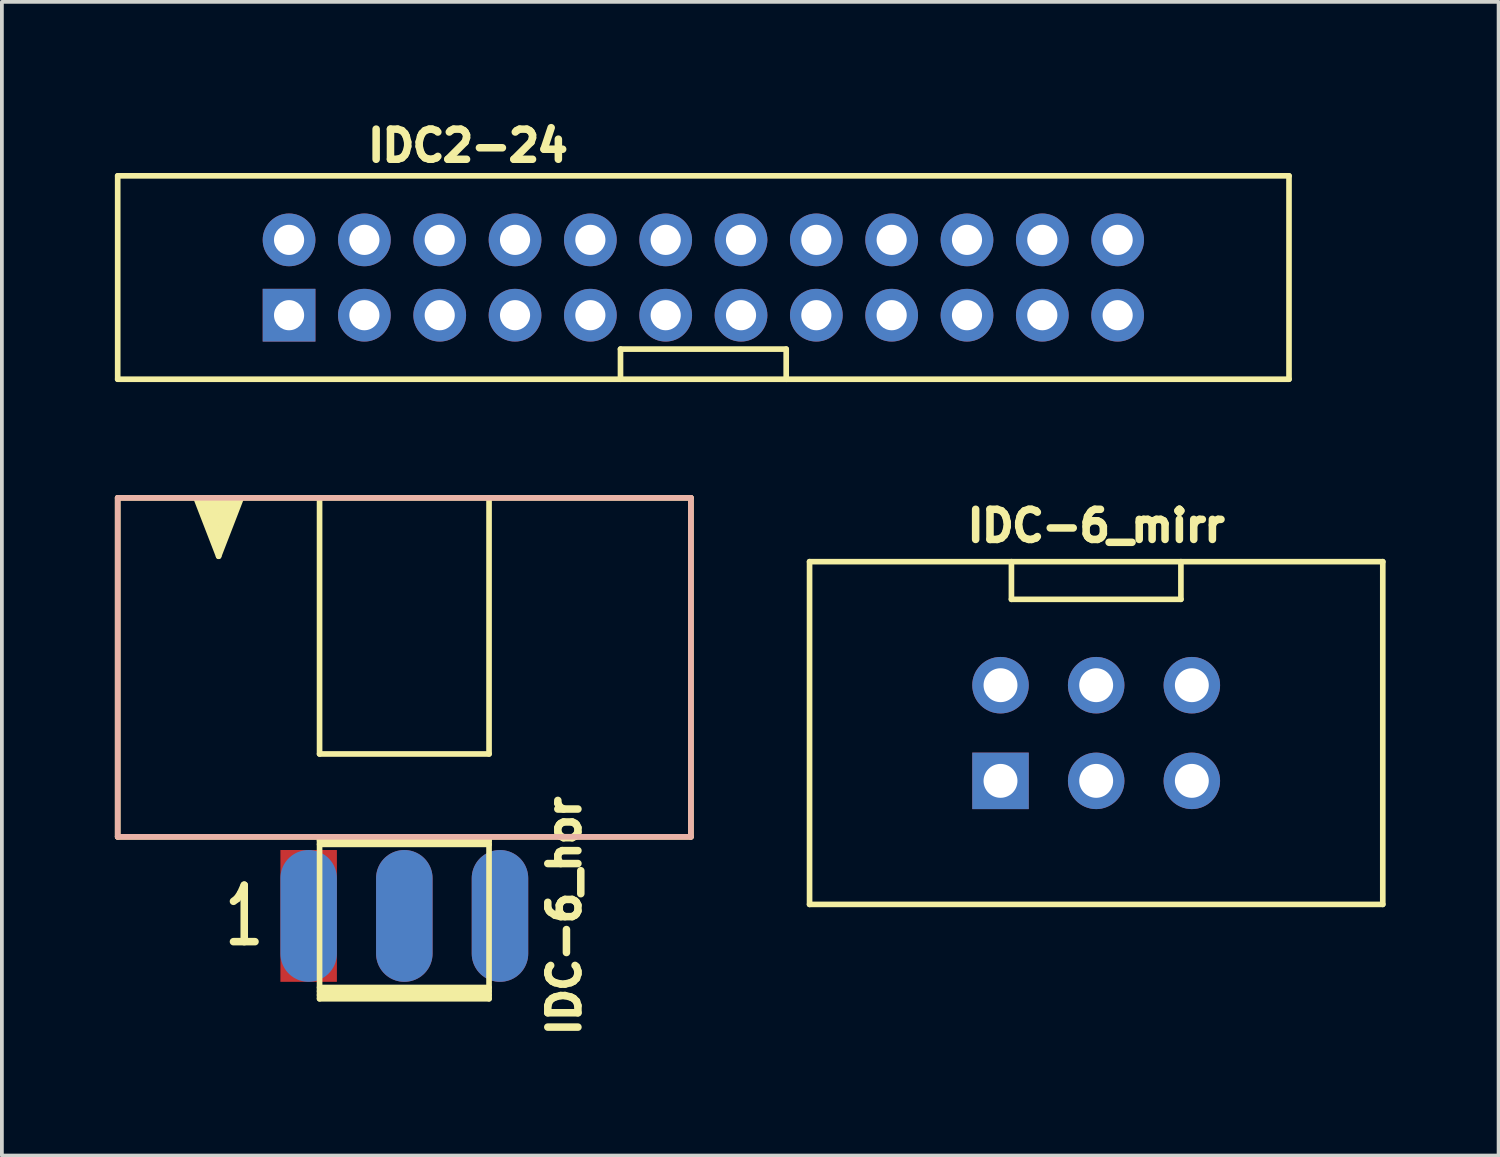
<source format=kicad_pcb>
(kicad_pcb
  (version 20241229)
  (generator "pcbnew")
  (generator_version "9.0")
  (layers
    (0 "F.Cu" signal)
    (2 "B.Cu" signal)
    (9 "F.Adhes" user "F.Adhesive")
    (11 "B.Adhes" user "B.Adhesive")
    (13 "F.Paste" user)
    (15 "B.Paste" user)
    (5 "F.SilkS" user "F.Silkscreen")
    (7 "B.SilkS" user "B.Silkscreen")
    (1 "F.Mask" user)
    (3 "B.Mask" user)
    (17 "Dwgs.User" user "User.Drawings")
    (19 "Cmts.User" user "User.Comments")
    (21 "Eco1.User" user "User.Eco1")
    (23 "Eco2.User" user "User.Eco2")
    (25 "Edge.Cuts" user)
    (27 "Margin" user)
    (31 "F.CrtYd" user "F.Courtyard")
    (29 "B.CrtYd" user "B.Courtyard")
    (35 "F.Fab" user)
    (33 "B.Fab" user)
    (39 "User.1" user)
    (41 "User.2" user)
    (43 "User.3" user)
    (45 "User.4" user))
  (footprint "IDC-6_mirr"
    (layer "F.Cu")
    (at 26.055 16.413)
    (property "Reference" "IDC-6_mirr" (at 0 -5.5 0) (layer "F.SilkS") (effects (font (size 0.8 0.8) (thickness 0.2))))
    (attr through_hole)
    (fp_line (start -7.61 4.55) (end -7.61 -4.55) (stroke (width 0.15) (type solid)) (layer "F.SilkS"))
    (fp_line (start -2.25 -3.55) (end -2.25 -4.55) (stroke (width 0.15) (type solid)) (layer "F.SilkS"))
    (fp_line (start 2.25 -3.55) (end -2.25 -3.55) (stroke (width 0.15) (type solid)) (layer "F.SilkS"))
    (fp_line (start 2.25 -3.55) (end 2.25 -4.55) (stroke (width 0.15) (type solid)) (layer "F.SilkS"))
    (fp_line (start 7.61 -4.55) (end -7.61 -4.55) (stroke (width 0.15) (type solid)) (layer "F.SilkS"))
    (fp_line (start 7.61 4.55) (end -7.61 4.55) (stroke (width 0.15) (type solid)) (layer "F.SilkS"))
    (fp_line (start 7.61 4.55) (end 7.61 -4.55) (stroke (width 0.15) (type solid)) (layer "F.SilkS"))
    (pad "1" thru_hole rect (at -2.54 1.27) (size 1.5 1.5) (drill 0.9) (layers "*.Cu" "*.Mask"))
    (pad "2" thru_hole circle (at -2.54 -1.27) (size 1.5 1.5) (drill 0.9) (layers "*.Cu" "*.Mask"))
    (pad "3" thru_hole circle (at 0 1.27) (size 1.5 1.5) (drill 0.9) (layers "*.Cu" "*.Mask"))
    (pad "4" thru_hole circle (at 0 -1.27) (size 1.5 1.5) (drill 0.9) (layers "*.Cu" "*.Mask"))
    (pad "5" thru_hole circle (at 2.54 1.27) (size 1.5 1.5) (drill 0.9) (layers "*.Cu" "*.Mask"))
    (pad "6" thru_hole circle (at 2.54 -1.27) (size 1.5 1.5) (drill 0.9) (layers "*.Cu" "*.Mask")))
  (footprint "IDC2-24"
    (layer "F.Cu")
    (at 15.625 4.319)
    (property "Reference" "IDC2-24" (at -6.25 -3.5 0) (layer "F.SilkS") (effects (font (size 0.8 0.8) (thickness 0.2))))
    (attr through_hole)
    (fp_line (start -15.55 2.7) (end -15.55 -2.7) (stroke (width 0.15) (type solid)) (layer "F.SilkS"))
    (fp_line (start -15.55 2.7) (end -2.2 2.7) (stroke (width 0.15) (type solid)) (layer "F.SilkS"))
    (fp_line (start -2.2 1.9) (end -2.2 2.7) (stroke (width 0.15) (type solid)) (layer "F.SilkS"))
    (fp_line (start 2.2 1.9) (end -2.2 1.9) (stroke (width 0.15) (type solid)) (layer "F.SilkS"))
    (fp_line (start 2.2 1.9) (end 2.2 2.7) (stroke (width 0.15) (type solid)) (layer "F.SilkS"))
    (fp_line (start 2.2 2.7) (end -2.2 2.7) (stroke (width 0.15) (type solid)) (layer "F.SilkS"))
    (fp_line (start 15.55 -2.7) (end -15.55 -2.7) (stroke (width 0.15) (type solid)) (layer "F.SilkS"))
    (fp_line (start 15.55 2.7) (end 2.2 2.7) (stroke (width 0.15) (type solid)) (layer "F.SilkS"))
    (fp_line (start 15.55 2.7) (end 15.55 -2.7) (stroke (width 0.15) (type solid)) (layer "F.SilkS"))
    (pad "1" thru_hole rect (at -11 1) (size 1.4 1.4) (drill 0.8) (layers "*.Cu" "*.Mask"))
    (pad "2" thru_hole circle (at -11 -1) (size 1.4 1.4) (drill 0.8) (layers "*.Cu" "*.Mask"))
    (pad "3" thru_hole circle (at -9 1) (size 1.4 1.4) (drill 0.8) (layers "*.Cu" "*.Mask"))
    (pad "4" thru_hole circle (at -9 -1) (size 1.4 1.4) (drill 0.8) (layers "*.Cu" "*.Mask"))
    (pad "5" thru_hole circle (at -7 1) (size 1.4 1.4) (drill 0.8) (layers "*.Cu" "*.Mask"))
    (pad "6" thru_hole circle (at -7 -1) (size 1.4 1.4) (drill 0.8) (layers "*.Cu" "*.Mask"))
    (pad "7" thru_hole circle (at -5 1) (size 1.4 1.4) (drill 0.8) (layers "*.Cu" "*.Mask"))
    (pad "8" thru_hole circle (at -5 -1) (size 1.4 1.4) (drill 0.8) (layers "*.Cu" "*.Mask"))
    (pad "9" thru_hole circle (at -3 1) (size 1.4 1.4) (drill 0.8) (layers "*.Cu" "*.Mask"))
    (pad "10" thru_hole circle (at -3 -1) (size 1.4 1.4) (drill 0.8) (layers "*.Cu" "*.Mask"))
    (pad "11" thru_hole circle (at -1 1) (size 1.4 1.4) (drill 0.8) (layers "*.Cu" "*.Mask"))
    (pad "12" thru_hole circle (at -1 -1) (size 1.4 1.4) (drill 0.8) (layers "*.Cu" "*.Mask"))
    (pad "13" thru_hole circle (at 1 1) (size 1.4 1.4) (drill 0.8) (layers "*.Cu" "*.Mask"))
    (pad "14" thru_hole circle (at 1 -1) (size 1.4 1.4) (drill 0.8) (layers "*.Cu" "*.Mask"))
    (pad "15" thru_hole circle (at 3 1) (size 1.4 1.4) (drill 0.8) (layers "*.Cu" "*.Mask"))
    (pad "16" thru_hole circle (at 3 -1) (size 1.4 1.4) (drill 0.8) (layers "*.Cu" "*.Mask"))
    (pad "17" thru_hole circle (at 5 1) (size 1.4 1.4) (drill 0.8) (layers "*.Cu" "*.Mask"))
    (pad "18" thru_hole circle (at 5 -1) (size 1.4 1.4) (drill 0.8) (layers "*.Cu" "*.Mask"))
    (pad "19" thru_hole circle (at 7 1) (size 1.4 1.4) (drill 0.8) (layers "*.Cu" "*.Mask"))
    (pad "20" thru_hole circle (at 7 -1) (size 1.4 1.4) (drill 0.8) (layers "*.Cu" "*.Mask"))
    (pad "21" thru_hole circle (at 9 1) (size 1.4 1.4) (drill 0.8) (layers "*.Cu" "*.Mask"))
    (pad "22" thru_hole circle (at 9 -1) (size 1.4 1.4) (drill 0.8) (layers "*.Cu" "*.Mask"))
    (pad "23" thru_hole circle (at 11 1) (size 1.4 1.4) (drill 0.8) (layers "*.Cu" "*.Mask"))
    (pad "24" thru_hole circle (at 11 -1) (size 1.4 1.4) (drill 0.8) (layers "*.Cu" "*.Mask")))
  (footprint "IDC-6_hor"
    (layer "F.Cu")
    (at 7.685 21.269)
    (property "Reference" "IDC-6_hor" (at 4.25 0 270) (layer "F.SilkS") (effects (font (size 0.8 0.8) (thickness 0.2))))
    (attr through_hole)
    (fp_line (start -7.61 -11.1) (end -7.61 -2.1) (stroke (width 0.15) (type solid)) (layer "F.SilkS"))
    (fp_line (start -5.43 -11.1) (end -4.93 -9.75) (stroke (width 0.15) (type solid)) (layer "F.SilkS"))
    (fp_line (start -4.93 -11) (end -4.93 -11.1) (stroke (width 0.15) (type solid)) (layer "F.SilkS"))
    (fp_line (start -4.93 -10.75) (end -5.03 -11.1) (stroke (width 0.15) (type solid)) (layer "F.SilkS"))
    (fp_line (start -4.93 -10.45) (end -5.13 -11.1) (stroke (width 0.15) (type solid)) (layer "F.SilkS"))
    (fp_line (start -4.93 -10.15) (end -5.23 -11.1) (stroke (width 0.15) (type solid)) (layer "F.SilkS"))
    (fp_line (start -4.93 -9.95) (end -5.33 -11.1) (stroke (width 0.15) (type solid)) (layer "F.SilkS"))
    (fp_line (start -4.93 -9.75) (end -4.43 -11.1) (stroke (width 0.15) (type solid)) (layer "F.SilkS"))
    (fp_line (start -4.93 -9.55) (end -5.53 -11.1) (stroke (width 0.15) (type solid)) (layer "F.SilkS"))
    (fp_line (start -4.83 -11.1) (end -4.93 -10.75) (stroke (width 0.15) (type solid)) (layer "F.SilkS"))
    (fp_line (start -4.73 -11.1) (end -4.93 -10.45) (stroke (width 0.15) (type solid)) (layer "F.SilkS"))
    (fp_line (start -4.63 -11.1) (end -4.93 -10.15) (stroke (width 0.15) (type solid)) (layer "F.SilkS"))
    (fp_line (start -4.53 -11.1) (end -4.93 -9.95) (stroke (width 0.15) (type solid)) (layer "F.SilkS"))
    (fp_line (start -4.33 -11.1) (end -4.93 -9.55) (stroke (width 0.15) (type solid)) (layer "F.SilkS"))
    (fp_line (start -2.25 -11.1) (end -2.25 -4.3) (stroke (width 0.15) (type solid)) (layer "F.SilkS"))
    (fp_line (start -2.25 -4.3) (end 2.25 -4.3) (stroke (width 0.15) (type solid)) (layer "F.SilkS"))
    (fp_line (start -2.25 -2) (end 2.25 -2) (stroke (width 0.15) (type solid)) (layer "F.SilkS"))
    (fp_line (start -2.25 -1.9) (end 2.25 -1.9) (stroke (width 0.15) (type solid)) (layer "F.SilkS"))
    (fp_line (start -2.25 1.9) (end 2.25 1.9) (stroke (width 0.15) (type solid)) (layer "F.SilkS"))
    (fp_line (start -2.25 2) (end 2.25 2) (stroke (width 0.15) (type solid)) (layer "F.SilkS"))
    (fp_line (start -2.25 2.1) (end 2.25 2.1) (stroke (width 0.15) (type solid)) (layer "F.SilkS"))
    (fp_line (start -2.25 2.2) (end -2.25 -2.1) (stroke (width 0.15) (type default)) (layer "F.SilkS"))
    (fp_line (start -2.25 2.2) (end 2.25 2.2) (stroke (width 0.15) (type solid)) (layer "F.SilkS"))
    (fp_line (start 2.25 -11.1) (end 2.25 -4.3) (stroke (width 0.15) (type solid)) (layer "F.SilkS"))
    (fp_line (start 2.25 2.2) (end 2.25 -2.1) (stroke (width 0.15) (type default)) (layer "F.SilkS"))
    (fp_line (start 7.61 -11.1) (end -7.61 -11.1) (stroke (width 0.15) (type solid)) (layer "F.SilkS"))
    (fp_line (start 7.61 -11.1) (end 7.61 -2.1) (stroke (width 0.15) (type solid)) (layer "F.SilkS"))
    (fp_line (start 7.61 -2.1) (end -7.61 -2.1) (stroke (width 0.15) (type solid)) (layer "F.SilkS"))
    (fp_line (start -7.61 -11.1) (end -7.61 -2.1) (stroke (width 0.15) (type solid)) (layer "B.SilkS"))
    (fp_line (start -7.61 -2.1) (end 7.61 -2.1) (stroke (width 0.15) (type solid)) (layer "B.SilkS"))
    (fp_line (start 7.61 -11.1) (end -7.61 -11.1) (stroke (width 0.15) (type solid)) (layer "B.SilkS"))
    (fp_line (start 7.61 -2.1) (end 7.61 -11.1) (stroke (width 0.15) (type solid)) (layer "B.SilkS"))
    (fp_text user "1" (at -4.25 0 0) (layer "F.SilkS") (effects (font (size 1.5 1) (thickness 0.2))))
    (pad "1" smd rect (at -2.54 0) (size 1.5 3.5) (layers "F.Cu" "F.Mask" "F.Paste"))
    (pad "2" smd oval (at -2.54 0) (size 1.5 3.5) (layers "B.Cu" "B.Mask" "B.Paste"))
    (pad "3" smd oval (at 0 0) (size 1.5 3.5) (layers "F.Cu" "F.Mask" "F.Paste"))
    (pad "4" smd oval (at 0 0) (size 1.5 3.5) (layers "B.Cu" "B.Mask" "B.Paste"))
    (pad "5" smd oval (at 2.54 0) (size 1.5 3.5) (layers "F.Cu" "F.Mask" "F.Paste"))
    (pad "6" smd oval (at 2.54 0) (size 1.5 3.5) (layers "B.Cu" "B.Mask" "B.Paste")))
  (gr_rect
    (start -3 -3)
    (end 36.74 27.632)
    (stroke (width 0.1) (type default))
    (fill no)
    (layer "Edge.Cuts")))
</source>
